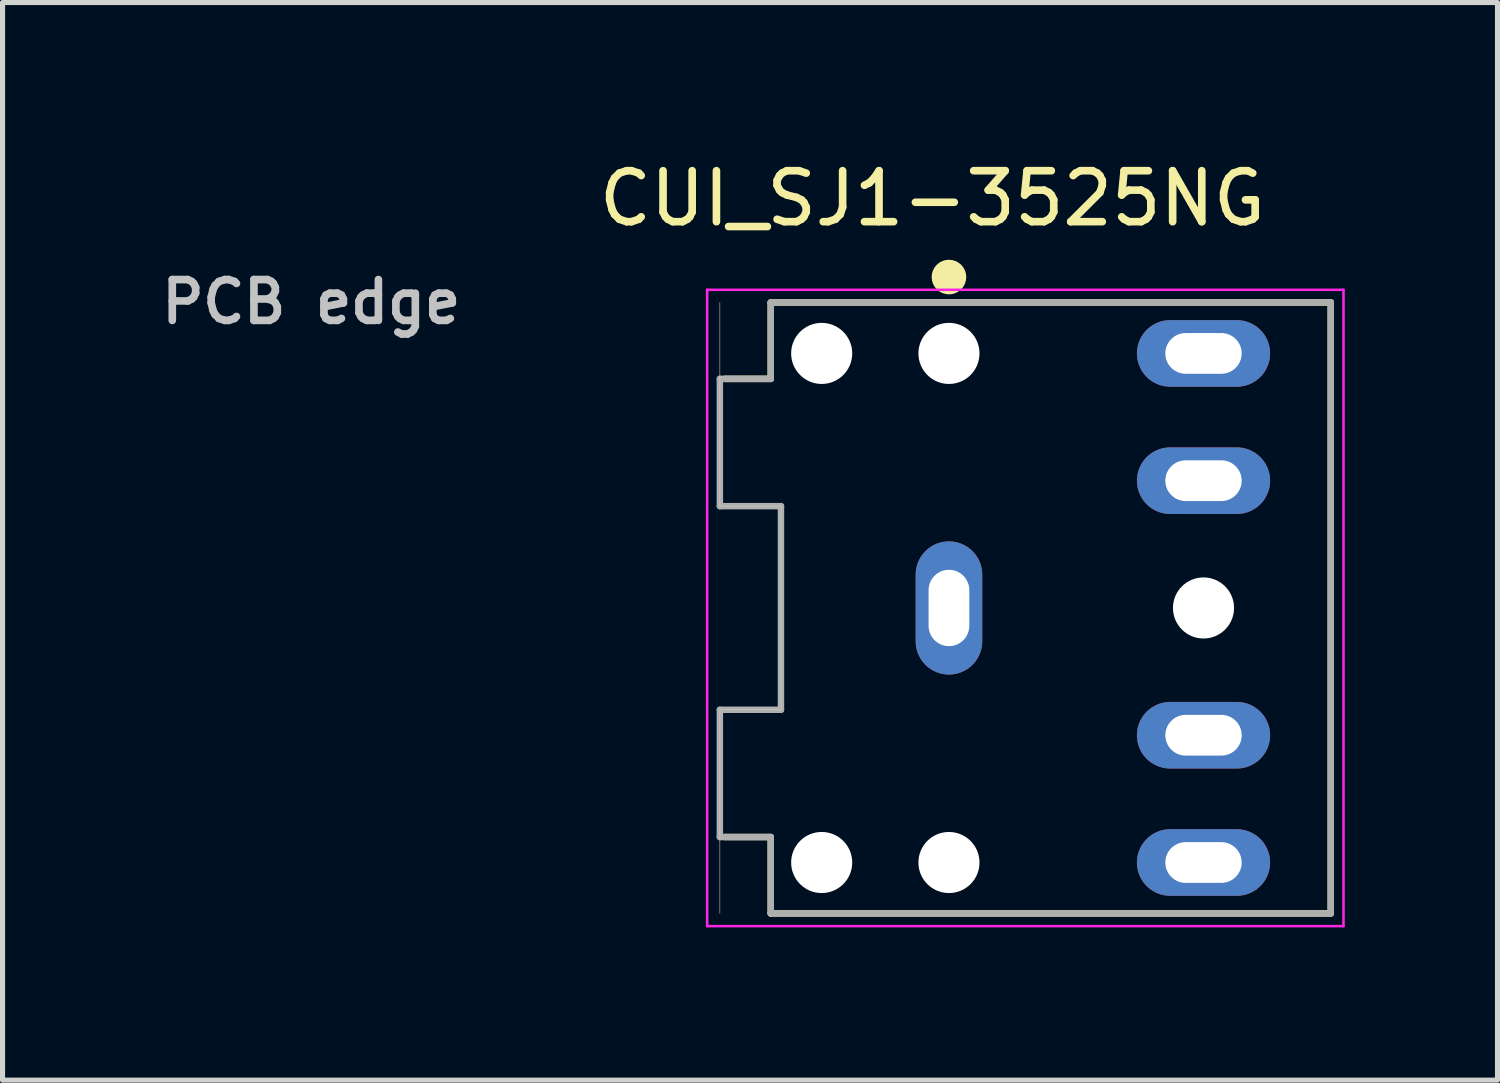
<source format=kicad_pcb>
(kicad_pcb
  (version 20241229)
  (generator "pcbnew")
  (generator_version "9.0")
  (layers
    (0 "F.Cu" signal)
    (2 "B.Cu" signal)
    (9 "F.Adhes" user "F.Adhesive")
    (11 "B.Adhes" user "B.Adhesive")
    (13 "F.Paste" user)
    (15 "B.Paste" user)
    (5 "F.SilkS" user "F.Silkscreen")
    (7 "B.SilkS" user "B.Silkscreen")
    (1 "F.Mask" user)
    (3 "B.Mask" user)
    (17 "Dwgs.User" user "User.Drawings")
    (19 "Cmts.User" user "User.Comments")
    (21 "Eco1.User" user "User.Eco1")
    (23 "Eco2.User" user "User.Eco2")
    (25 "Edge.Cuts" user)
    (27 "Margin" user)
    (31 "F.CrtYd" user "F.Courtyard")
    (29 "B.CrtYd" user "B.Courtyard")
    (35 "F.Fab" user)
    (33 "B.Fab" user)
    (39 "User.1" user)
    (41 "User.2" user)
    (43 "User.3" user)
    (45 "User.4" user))
  (footprint "CUI_SJ1-3525NG"
    (layer "F.Cu")
    (at 15.59 8.892)
    (property "Reference" "CUI_SJ1-3525NG" (at -0.325 -8.043 0) (layer "F.SilkS") (effects (font (size 1.001 1.001) (thickness 0.15))))
    (attr through_hole)
    (fp_line (start -4.4 4.5) (end -3.5 4.5) (stroke (width 0.127) (type solid)) (layer "F.SilkS"))
    (fp_line (start -3.5 -6) (end -3.5 -4.5) (stroke (width 0.127) (type solid)) (layer "F.SilkS"))
    (fp_line (start -3.5 -4.5) (end -4.4 -4.5) (stroke (width 0.127) (type solid)) (layer "F.SilkS"))
    (fp_line (start -3.5 4.5) (end -3.5 6) (stroke (width 0.127) (type solid)) (layer "F.SilkS"))
    (fp_line (start 7.5 -6) (end -3.5 -6) (stroke (width 0.127) (type solid)) (layer "F.SilkS"))
    (fp_line (start 7.5 -6) (end 7.5 6) (stroke (width 0.127) (type solid)) (layer "F.SilkS"))
    (fp_line (start 7.5 6) (end -3.5 6) (stroke (width 0.127) (type solid)) (layer "F.SilkS"))
    (fp_circle (center 0 -6.5) (end 0.17 -6.5) (stroke (width 0.34) (type solid)) (fill no) (layer "F.SilkS"))
    (fp_line (start -4.5 -6) (end -4.5 -2) (stroke (width 0.01) (type solid)) (layer "Edge.Cuts"))
    (fp_line (start -4.5 -2) (end -3.3 -2) (stroke (width 0.01) (type solid)) (layer "Edge.Cuts"))
    (fp_line (start -4.5 2) (end -4.5 6) (stroke (width 0.01) (type solid)) (layer "Edge.Cuts"))
    (fp_line (start -3.3 -2) (end -3.3 2) (stroke (width 0.01) (type solid)) (layer "Edge.Cuts"))
    (fp_line (start -3.3 2) (end -4.5 2) (stroke (width 0.01) (type solid)) (layer "Edge.Cuts"))
    (fp_line (start -4.75 -6.25) (end 7.75 -6.25) (stroke (width 0.05) (type solid)) (layer "F.CrtYd"))
    (fp_line (start -4.75 6.25) (end -4.75 -6.25) (stroke (width 0.05) (type solid)) (layer "F.CrtYd"))
    (fp_line (start 7.75 -6.25) (end 7.75 6.25) (stroke (width 0.05) (type solid)) (layer "F.CrtYd"))
    (fp_line (start 7.75 6.25) (end -4.75 6.25) (stroke (width 0.05) (type solid)) (layer "F.CrtYd"))
    (fp_line (start -4.5 -4.5) (end -4.5 -2) (stroke (width 0.127) (type solid)) (layer "F.Fab"))
    (fp_line (start -4.5 -2) (end -3.3 -2) (stroke (width 0.127) (type solid)) (layer "F.Fab"))
    (fp_line (start -4.5 2) (end -4.5 4.5) (stroke (width 0.127) (type solid)) (layer "F.Fab"))
    (fp_line (start -4.5 4.5) (end -3.5 4.5) (stroke (width 0.127) (type solid)) (layer "F.Fab"))
    (fp_line (start -3.5 -6) (end -3.5 -4.5) (stroke (width 0.127) (type solid)) (layer "F.Fab"))
    (fp_line (start -3.5 -4.5) (end -4.5 -4.5) (stroke (width 0.127) (type solid)) (layer "F.Fab"))
    (fp_line (start -3.5 4.5) (end -3.5 6) (stroke (width 0.127) (type solid)) (layer "F.Fab"))
    (fp_line (start -3.3 -2) (end -3.3 2) (stroke (width 0.127) (type solid)) (layer "F.Fab"))
    (fp_line (start -3.3 2) (end -4.5 2) (stroke (width 0.127) (type solid)) (layer "F.Fab"))
    (fp_line (start 7.5 -6) (end -3.5 -6) (stroke (width 0.127) (type solid)) (layer "F.Fab"))
    (fp_line (start 7.5 -6) (end 7.5 6) (stroke (width 0.127) (type solid)) (layer "F.Fab"))
    (fp_line (start 7.5 6) (end -3.5 6) (stroke (width 0.127) (type solid)) (layer "F.Fab"))
    (fp_text user "PCB edge" (at -12.525 -6.012 0) (layer "Dwgs.User") (effects (font (size 0.802 0.802) (thickness 0.15))))
    (pad "" np_thru_hole circle (at -2.5 -5) (size 1.2 1.2) (drill 1.2) (layers "*.Cu" "*.Mask"))
    (pad "" np_thru_hole circle (at -2.5 5) (size 1.2 1.2) (drill 1.2) (layers "*.Cu" "*.Mask"))
    (pad "" np_thru_hole circle (at 0 -5) (size 1.2 1.2) (drill 1.2) (layers "*.Cu" "*.Mask"))
    (pad "" np_thru_hole circle (at 0 5) (size 1.2 1.2) (drill 1.2) (layers "*.Cu" "*.Mask"))
    (pad "" np_thru_hole circle (at 5 0) (size 1.2 1.2) (drill 1.2) (layers "*.Cu" "*.Mask"))
    (pad "1" thru_hole oval (at 0 0) (size 1.308 2.616) (drill oval 0.8 1.5) (layers "*.Cu" "*.Mask"))
    (pad "2" thru_hole oval (at 5 5) (size 2.616 1.308) (drill oval 1.5 0.8) (layers "*.Cu" "*.Mask"))
    (pad "3" thru_hole oval (at 5 -5) (size 2.616 1.308) (drill oval 1.5 0.8) (layers "*.Cu" "*.Mask"))
    (pad "4" thru_hole oval (at 5 2.5) (size 2.616 1.308) (drill oval 1.5 0.8) (layers "*.Cu" "*.Mask"))
    (pad "5" thru_hole oval (at 5 -2.5) (size 2.616 1.308) (drill oval 1.5 0.8) (layers "*.Cu" "*.Mask")))
  (gr_rect
    (start -3 -3)
    (end 26.365 18.167)
    (stroke (width 0.1) (type default))
    (fill no)
    (layer "Edge.Cuts")))
</source>
